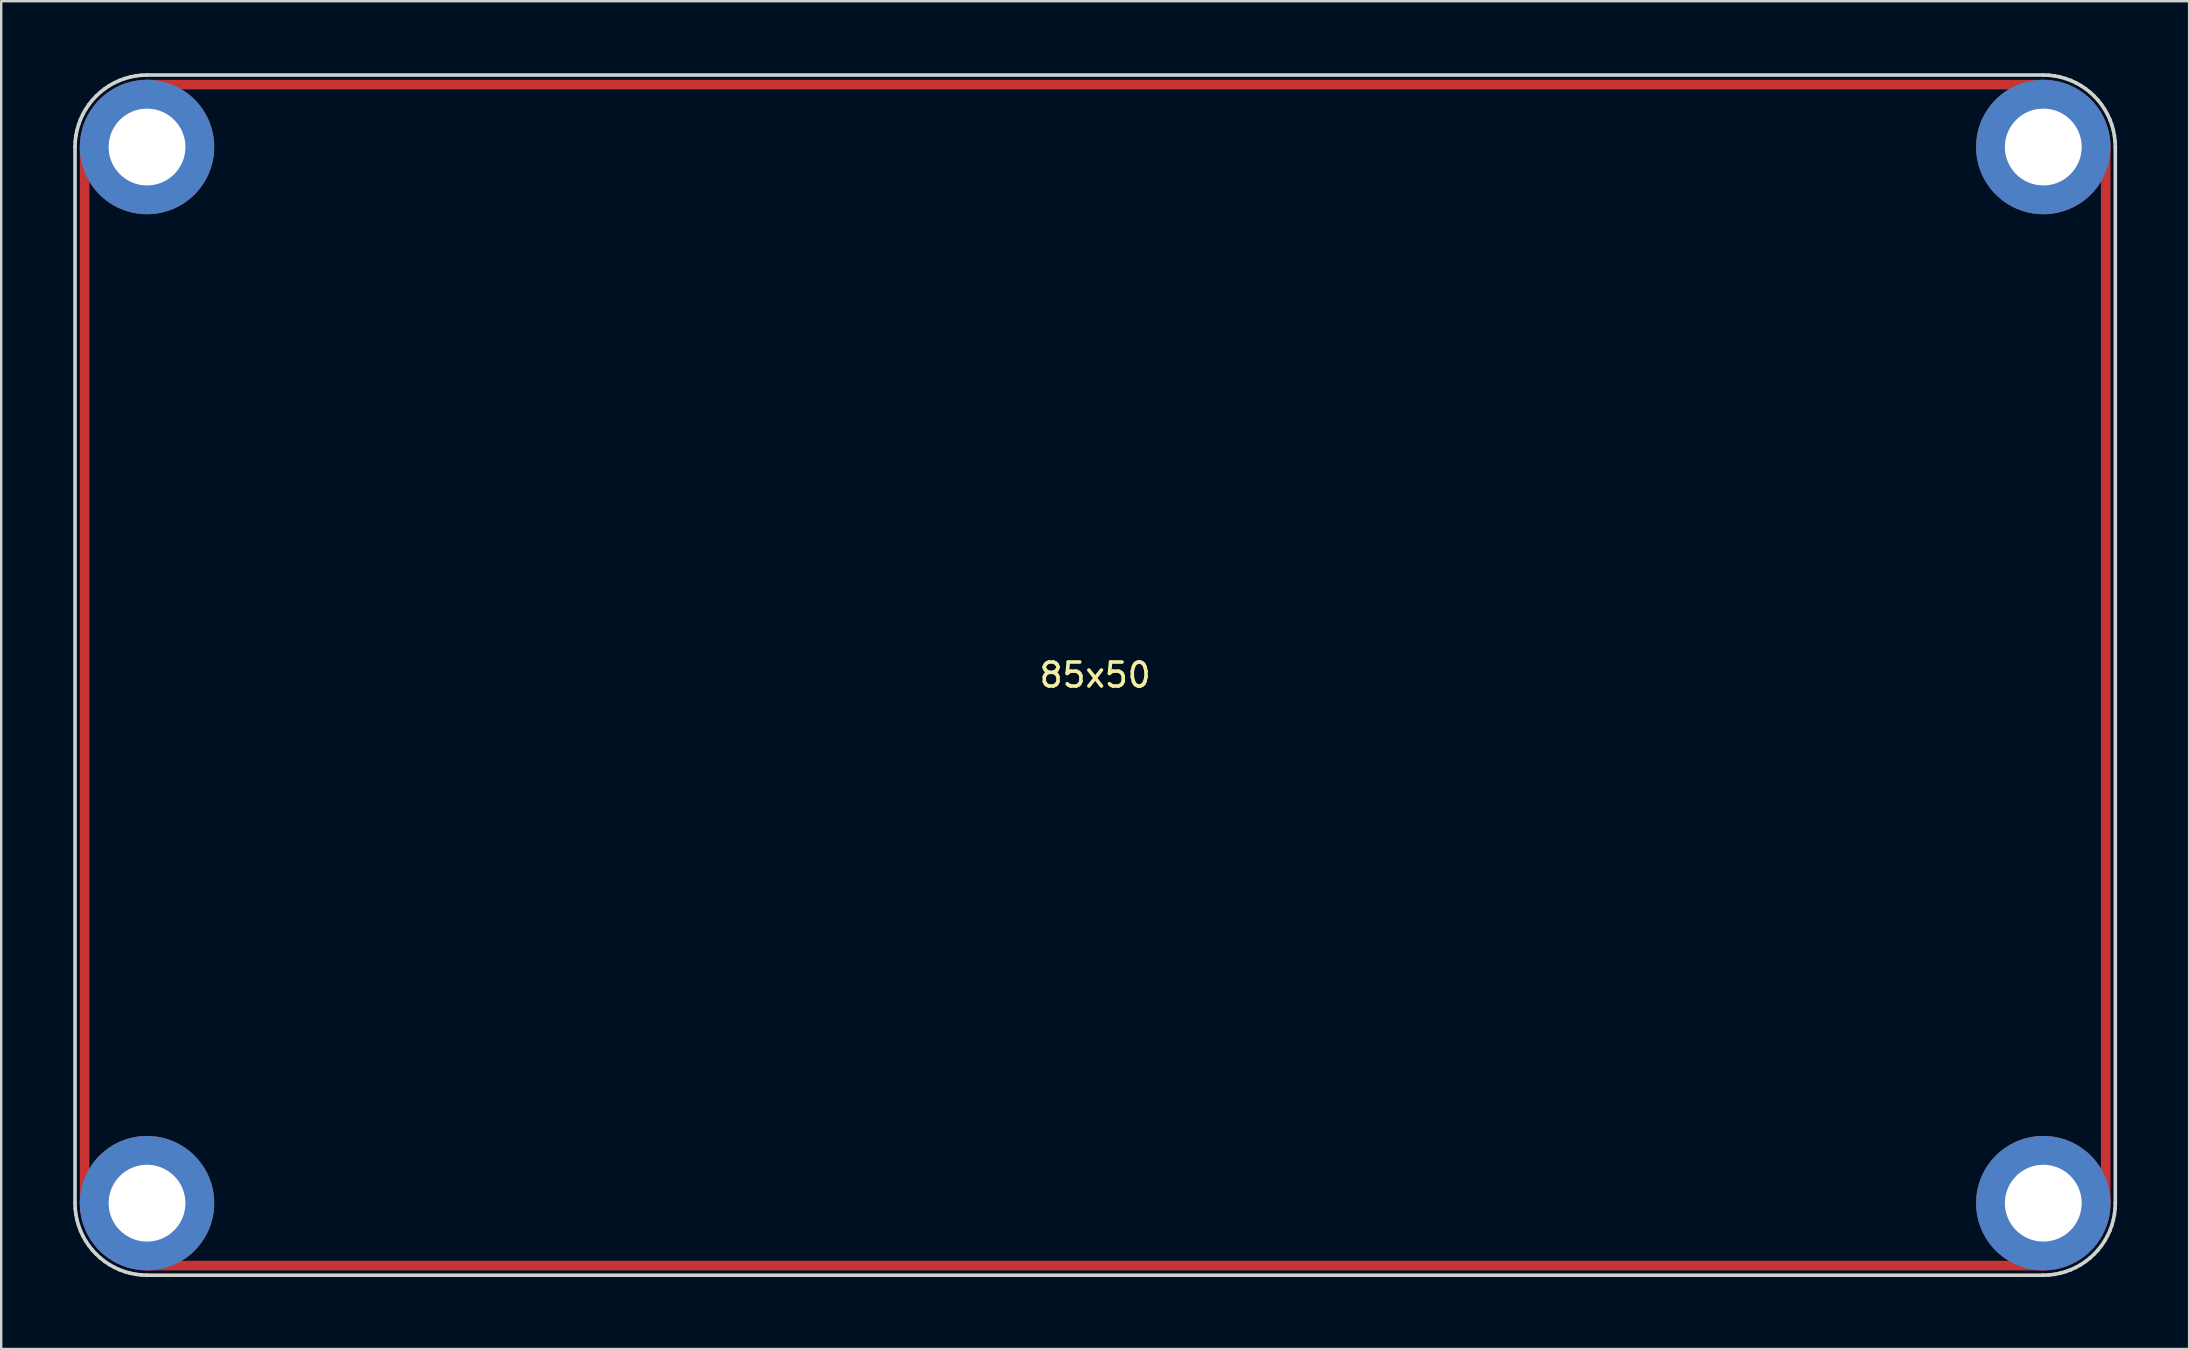
<source format=kicad_pcb>
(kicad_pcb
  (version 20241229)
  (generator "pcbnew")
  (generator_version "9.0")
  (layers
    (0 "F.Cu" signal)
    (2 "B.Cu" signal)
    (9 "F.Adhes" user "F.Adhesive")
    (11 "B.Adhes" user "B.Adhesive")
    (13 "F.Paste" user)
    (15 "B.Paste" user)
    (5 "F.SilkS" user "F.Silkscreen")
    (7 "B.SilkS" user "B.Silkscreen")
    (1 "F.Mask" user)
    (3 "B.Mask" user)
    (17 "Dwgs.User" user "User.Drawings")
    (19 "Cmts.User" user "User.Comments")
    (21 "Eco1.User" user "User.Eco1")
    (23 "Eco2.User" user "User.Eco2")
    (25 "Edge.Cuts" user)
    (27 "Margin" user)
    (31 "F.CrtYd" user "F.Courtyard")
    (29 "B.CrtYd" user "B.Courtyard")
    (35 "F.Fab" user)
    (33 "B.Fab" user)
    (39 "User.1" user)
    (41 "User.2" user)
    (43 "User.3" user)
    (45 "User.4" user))
  (footprint "85x50"
    (layer "F.Cu")
    (at 42.575 25.075)
    (property "Reference" "85x50" (at 0 0 0) (layer "F.SilkS") (effects (font (size 1 1) (thickness 0.15))))
    (attr through_hole)
    (fp_line (start -42.1 -22) (end -42.1 22) (stroke (width 0.4) (type solid)) (layer "F.Cu"))
    (fp_line (start -39.5 -24.6) (end 39.5 -24.6) (stroke (width 0.4) (type solid)) (layer "F.Cu"))
    (fp_line (start -39.5 24.6) (end 39.5 24.6) (stroke (width 0.4) (type solid)) (layer "F.Cu"))
    (fp_line (start 42.1 -22) (end 42.1 22) (stroke (width 0.4) (type solid)) (layer "F.Cu"))
    (fp_line (start -42.1 -22) (end -42.1 22) (stroke (width 0.4) (type solid)) (layer "F.Mask"))
    (fp_line (start -39.5 -24.6) (end 39.5 -24.6) (stroke (width 0.4) (type solid)) (layer "F.Mask"))
    (fp_line (start -39.5 24.6) (end 39.5 24.6) (stroke (width 0.4) (type solid)) (layer "F.Mask"))
    (fp_line (start 42.1 -22) (end 42.1 22) (stroke (width 0.4) (type solid)) (layer "F.Mask"))
    (fp_line (start -42.5 -22) (end -42.5 22) (stroke (width 0.15) (type solid)) (layer "Edge.Cuts"))
    (fp_line (start -42.5 -22) (end -42.491 -22.235) (stroke (width 0.15) (type solid)) (layer "Edge.Cuts"))
    (fp_line (start -42.491 -22.235) (end -42.463 -22.469) (stroke (width 0.15) (type solid)) (layer "Edge.Cuts"))
    (fp_line (start -42.491 22.235) (end -42.5 22) (stroke (width 0.15) (type solid)) (layer "Edge.Cuts"))
    (fp_line (start -42.463 -22.469) (end -42.417 -22.7) (stroke (width 0.15) (type solid)) (layer "Edge.Cuts"))
    (fp_line (start -42.463 22.469) (end -42.491 22.235) (stroke (width 0.15) (type solid)) (layer "Edge.Cuts"))
    (fp_line (start -42.417 -22.7) (end -42.353 -22.927) (stroke (width 0.15) (type solid)) (layer "Edge.Cuts"))
    (fp_line (start -42.417 22.7) (end -42.463 22.469) (stroke (width 0.15) (type solid)) (layer "Edge.Cuts"))
    (fp_line (start -42.353 -22.927) (end -42.272 -23.148) (stroke (width 0.15) (type solid)) (layer "Edge.Cuts"))
    (fp_line (start -42.353 22.927) (end -42.417 22.7) (stroke (width 0.15) (type solid)) (layer "Edge.Cuts"))
    (fp_line (start -42.272 -23.148) (end -42.173 -23.362) (stroke (width 0.15) (type solid)) (layer "Edge.Cuts"))
    (fp_line (start -42.272 23.148) (end -42.353 22.927) (stroke (width 0.15) (type solid)) (layer "Edge.Cuts"))
    (fp_line (start -42.173 -23.362) (end -42.058 -23.567) (stroke (width 0.15) (type solid)) (layer "Edge.Cuts"))
    (fp_line (start -42.173 23.362) (end -42.272 23.148) (stroke (width 0.15) (type solid)) (layer "Edge.Cuts"))
    (fp_line (start -42.058 -23.567) (end -41.927 -23.763) (stroke (width 0.15) (type solid)) (layer "Edge.Cuts"))
    (fp_line (start -42.058 23.567) (end -42.173 23.362) (stroke (width 0.15) (type solid)) (layer "Edge.Cuts"))
    (fp_line (start -41.927 -23.763) (end -41.781 -23.948) (stroke (width 0.15) (type solid)) (layer "Edge.Cuts"))
    (fp_line (start -41.927 23.763) (end -42.058 23.567) (stroke (width 0.15) (type solid)) (layer "Edge.Cuts"))
    (fp_line (start -41.781 -23.948) (end -41.621 -24.121) (stroke (width 0.15) (type solid)) (layer "Edge.Cuts"))
    (fp_line (start -41.781 23.948) (end -41.927 23.763) (stroke (width 0.15) (type solid)) (layer "Edge.Cuts"))
    (fp_line (start -41.621 -24.121) (end -41.448 -24.281) (stroke (width 0.15) (type solid)) (layer "Edge.Cuts"))
    (fp_line (start -41.621 24.121) (end -41.781 23.948) (stroke (width 0.15) (type solid)) (layer "Edge.Cuts"))
    (fp_line (start -41.448 -24.281) (end -41.263 -24.427) (stroke (width 0.15) (type solid)) (layer "Edge.Cuts"))
    (fp_line (start -41.448 24.281) (end -41.621 24.121) (stroke (width 0.15) (type solid)) (layer "Edge.Cuts"))
    (fp_line (start -41.263 -24.427) (end -41.067 -24.558) (stroke (width 0.15) (type solid)) (layer "Edge.Cuts"))
    (fp_line (start -41.263 24.427) (end -41.448 24.281) (stroke (width 0.15) (type solid)) (layer "Edge.Cuts"))
    (fp_line (start -41.067 -24.558) (end -40.862 -24.673) (stroke (width 0.15) (type solid)) (layer "Edge.Cuts"))
    (fp_line (start -41.067 24.558) (end -41.263 24.427) (stroke (width 0.15) (type solid)) (layer "Edge.Cuts"))
    (fp_line (start -40.862 -24.673) (end -40.648 -24.772) (stroke (width 0.15) (type solid)) (layer "Edge.Cuts"))
    (fp_line (start -40.862 24.673) (end -41.067 24.558) (stroke (width 0.15) (type solid)) (layer "Edge.Cuts"))
    (fp_line (start -40.648 -24.772) (end -40.427 -24.853) (stroke (width 0.15) (type solid)) (layer "Edge.Cuts"))
    (fp_line (start -40.648 24.772) (end -40.862 24.673) (stroke (width 0.15) (type solid)) (layer "Edge.Cuts"))
    (fp_line (start -40.427 -24.853) (end -40.2 -24.917) (stroke (width 0.15) (type solid)) (layer "Edge.Cuts"))
    (fp_line (start -40.427 24.853) (end -40.648 24.772) (stroke (width 0.15) (type solid)) (layer "Edge.Cuts"))
    (fp_line (start -40.2 -24.917) (end -39.969 -24.963) (stroke (width 0.15) (type solid)) (layer "Edge.Cuts"))
    (fp_line (start -40.2 24.917) (end -40.427 24.853) (stroke (width 0.15) (type solid)) (layer "Edge.Cuts"))
    (fp_line (start -39.969 -24.963) (end -39.735 -24.991) (stroke (width 0.15) (type solid)) (layer "Edge.Cuts"))
    (fp_line (start -39.969 24.963) (end -40.2 24.917) (stroke (width 0.15) (type solid)) (layer "Edge.Cuts"))
    (fp_line (start -39.735 -24.991) (end -39.5 -25) (stroke (width 0.15) (type solid)) (layer "Edge.Cuts"))
    (fp_line (start -39.735 24.991) (end -39.969 24.963) (stroke (width 0.15) (type solid)) (layer "Edge.Cuts"))
    (fp_line (start -39.5 -25) (end 39.5 -25) (stroke (width 0.15) (type solid)) (layer "Edge.Cuts"))
    (fp_line (start -39.5 25) (end -39.735 24.991) (stroke (width 0.15) (type solid)) (layer "Edge.Cuts"))
    (fp_line (start -39.5 25) (end 39.5 25) (stroke (width 0.15) (type solid)) (layer "Edge.Cuts"))
    (fp_line (start 39.5 -25) (end 39.735 -24.991) (stroke (width 0.15) (type solid)) (layer "Edge.Cuts"))
    (fp_line (start 39.735 -24.991) (end 39.969 -24.963) (stroke (width 0.15) (type solid)) (layer "Edge.Cuts"))
    (fp_line (start 39.735 24.991) (end 39.5 25) (stroke (width 0.15) (type solid)) (layer "Edge.Cuts"))
    (fp_line (start 39.969 -24.963) (end 40.2 -24.917) (stroke (width 0.15) (type solid)) (layer "Edge.Cuts"))
    (fp_line (start 39.969 24.963) (end 39.735 24.991) (stroke (width 0.15) (type solid)) (layer "Edge.Cuts"))
    (fp_line (start 40.2 -24.917) (end 40.427 -24.853) (stroke (width 0.15) (type solid)) (layer "Edge.Cuts"))
    (fp_line (start 40.2 24.917) (end 39.969 24.963) (stroke (width 0.15) (type solid)) (layer "Edge.Cuts"))
    (fp_line (start 40.427 -24.853) (end 40.648 -24.772) (stroke (width 0.15) (type solid)) (layer "Edge.Cuts"))
    (fp_line (start 40.427 24.853) (end 40.2 24.917) (stroke (width 0.15) (type solid)) (layer "Edge.Cuts"))
    (fp_line (start 40.648 -24.772) (end 40.862 -24.673) (stroke (width 0.15) (type solid)) (layer "Edge.Cuts"))
    (fp_line (start 40.648 24.772) (end 40.427 24.853) (stroke (width 0.15) (type solid)) (layer "Edge.Cuts"))
    (fp_line (start 40.862 -24.673) (end 41.067 -24.558) (stroke (width 0.15) (type solid)) (layer "Edge.Cuts"))
    (fp_line (start 40.862 24.673) (end 40.648 24.772) (stroke (width 0.15) (type solid)) (layer "Edge.Cuts"))
    (fp_line (start 41.067 -24.558) (end 41.263 -24.427) (stroke (width 0.15) (type solid)) (layer "Edge.Cuts"))
    (fp_line (start 41.067 24.558) (end 40.862 24.673) (stroke (width 0.15) (type solid)) (layer "Edge.Cuts"))
    (fp_line (start 41.263 -24.427) (end 41.448 -24.281) (stroke (width 0.15) (type solid)) (layer "Edge.Cuts"))
    (fp_line (start 41.263 24.427) (end 41.067 24.558) (stroke (width 0.15) (type solid)) (layer "Edge.Cuts"))
    (fp_line (start 41.448 -24.281) (end 41.621 -24.121) (stroke (width 0.15) (type solid)) (layer "Edge.Cuts"))
    (fp_line (start 41.448 24.281) (end 41.263 24.427) (stroke (width 0.15) (type solid)) (layer "Edge.Cuts"))
    (fp_line (start 41.621 -24.121) (end 41.781 -23.948) (stroke (width 0.15) (type solid)) (layer "Edge.Cuts"))
    (fp_line (start 41.621 24.121) (end 41.448 24.281) (stroke (width 0.15) (type solid)) (layer "Edge.Cuts"))
    (fp_line (start 41.781 -23.948) (end 41.927 -23.763) (stroke (width 0.15) (type solid)) (layer "Edge.Cuts"))
    (fp_line (start 41.781 23.948) (end 41.621 24.121) (stroke (width 0.15) (type solid)) (layer "Edge.Cuts"))
    (fp_line (start 41.927 -23.763) (end 42.058 -23.567) (stroke (width 0.15) (type solid)) (layer "Edge.Cuts"))
    (fp_line (start 41.927 23.763) (end 41.781 23.948) (stroke (width 0.15) (type solid)) (layer "Edge.Cuts"))
    (fp_line (start 42.058 -23.567) (end 42.173 -23.362) (stroke (width 0.15) (type solid)) (layer "Edge.Cuts"))
    (fp_line (start 42.058 23.567) (end 41.927 23.763) (stroke (width 0.15) (type solid)) (layer "Edge.Cuts"))
    (fp_line (start 42.173 -23.362) (end 42.272 -23.148) (stroke (width 0.15) (type solid)) (layer "Edge.Cuts"))
    (fp_line (start 42.173 23.362) (end 42.058 23.567) (stroke (width 0.15) (type solid)) (layer "Edge.Cuts"))
    (fp_line (start 42.272 -23.148) (end 42.353 -22.927) (stroke (width 0.15) (type solid)) (layer "Edge.Cuts"))
    (fp_line (start 42.272 23.148) (end 42.173 23.362) (stroke (width 0.15) (type solid)) (layer "Edge.Cuts"))
    (fp_line (start 42.353 -22.927) (end 42.417 -22.7) (stroke (width 0.15) (type solid)) (layer "Edge.Cuts"))
    (fp_line (start 42.353 22.927) (end 42.272 23.148) (stroke (width 0.15) (type solid)) (layer "Edge.Cuts"))
    (fp_line (start 42.417 -22.7) (end 42.463 -22.469) (stroke (width 0.15) (type solid)) (layer "Edge.Cuts"))
    (fp_line (start 42.417 22.7) (end 42.353 22.927) (stroke (width 0.15) (type solid)) (layer "Edge.Cuts"))
    (fp_line (start 42.463 -22.469) (end 42.491 -22.235) (stroke (width 0.15) (type solid)) (layer "Edge.Cuts"))
    (fp_line (start 42.463 22.469) (end 42.417 22.7) (stroke (width 0.15) (type solid)) (layer "Edge.Cuts"))
    (fp_line (start 42.491 -22.235) (end 42.5 -22) (stroke (width 0.15) (type solid)) (layer "Edge.Cuts"))
    (fp_line (start 42.491 22.235) (end 42.463 22.469) (stroke (width 0.15) (type solid)) (layer "Edge.Cuts"))
    (fp_line (start 42.5 -22) (end 42.5 22) (stroke (width 0.15) (type solid)) (layer "Edge.Cuts"))
    (fp_line (start 42.5 22) (end 42.491 22.235) (stroke (width 0.15) (type solid)) (layer "Edge.Cuts"))
    (pad "1" thru_hole circle (at -39.5 -22) (size 5.6 5.6) (drill 3.2) (layers "*.Cu" "*.Mask"))
    (pad "1" thru_hole circle (at -39.5 22) (size 5.6 5.6) (drill 3.2) (layers "*.Cu" "*.Mask"))
    (pad "1" thru_hole circle (at 39.5 -22) (size 5.6 5.6) (drill 3.2) (layers "*.Cu" "*.Mask"))
    (pad "1" thru_hole circle (at 39.5 22) (size 5.6 5.6) (drill 3.2) (layers "*.Cu" "*.Mask")))
  (gr_rect
    (start -3 -3)
    (end 88.15 53.15)
    (stroke (width 0.1) (type default))
    (fill no)
    (layer "Edge.Cuts")))
</source>
